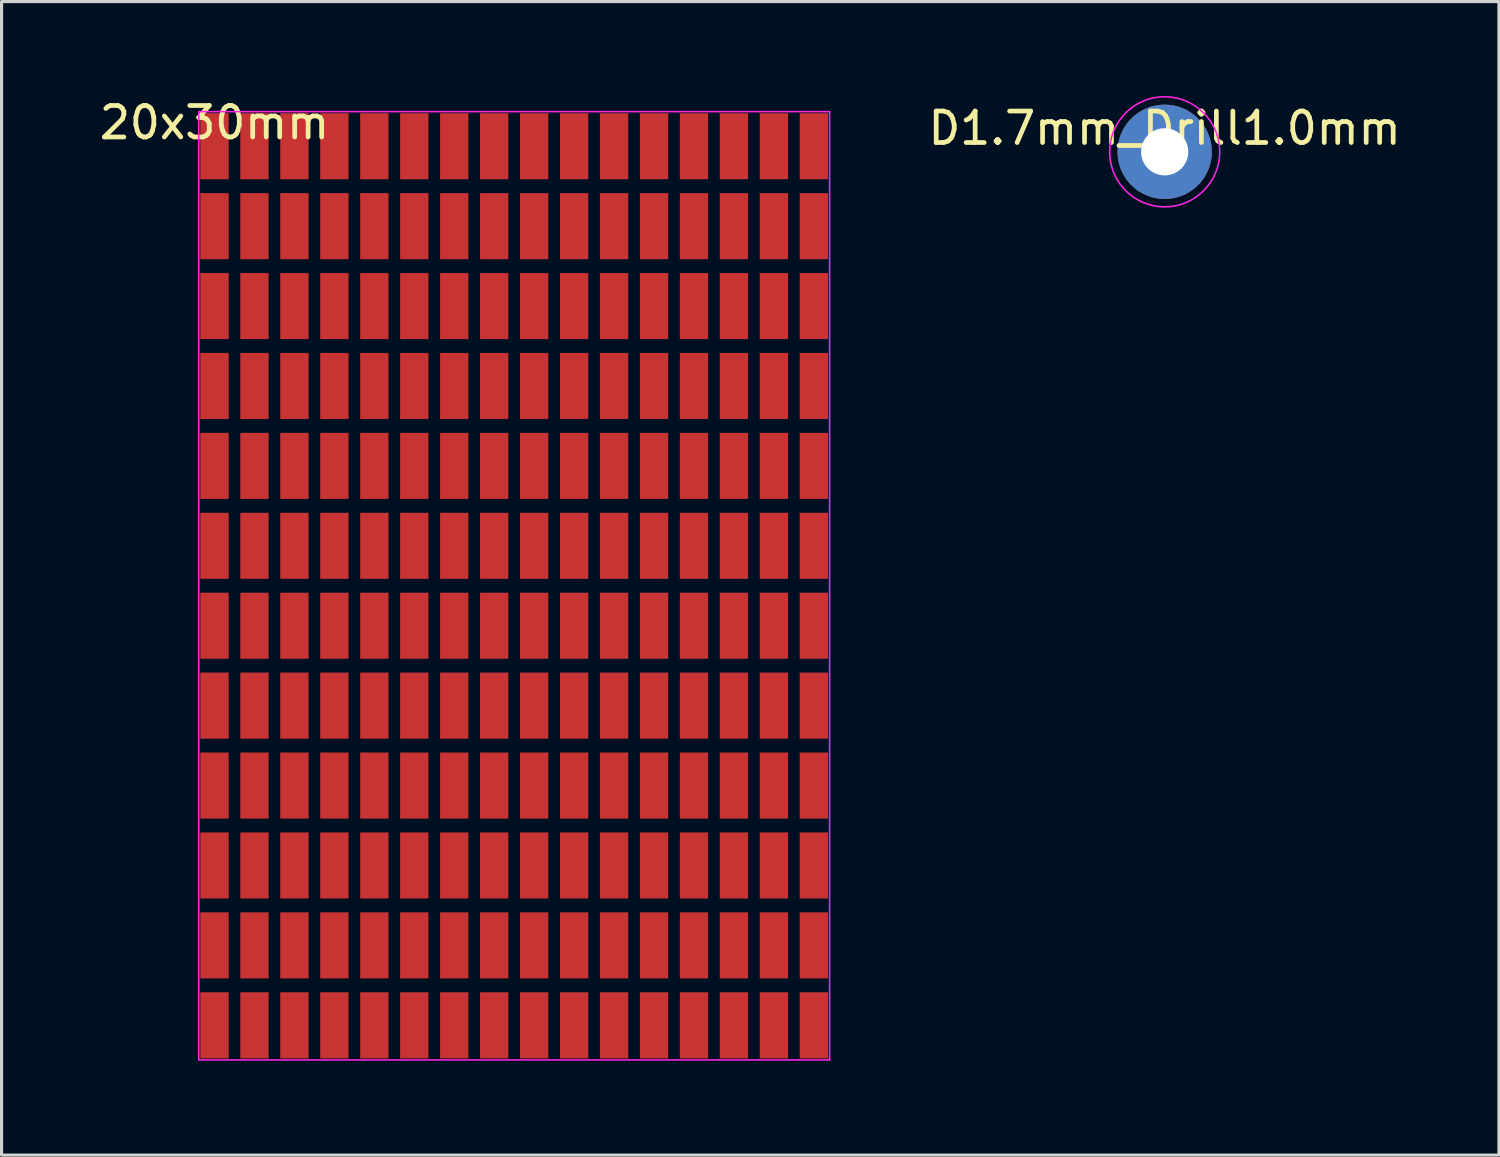
<source format=kicad_pcb>
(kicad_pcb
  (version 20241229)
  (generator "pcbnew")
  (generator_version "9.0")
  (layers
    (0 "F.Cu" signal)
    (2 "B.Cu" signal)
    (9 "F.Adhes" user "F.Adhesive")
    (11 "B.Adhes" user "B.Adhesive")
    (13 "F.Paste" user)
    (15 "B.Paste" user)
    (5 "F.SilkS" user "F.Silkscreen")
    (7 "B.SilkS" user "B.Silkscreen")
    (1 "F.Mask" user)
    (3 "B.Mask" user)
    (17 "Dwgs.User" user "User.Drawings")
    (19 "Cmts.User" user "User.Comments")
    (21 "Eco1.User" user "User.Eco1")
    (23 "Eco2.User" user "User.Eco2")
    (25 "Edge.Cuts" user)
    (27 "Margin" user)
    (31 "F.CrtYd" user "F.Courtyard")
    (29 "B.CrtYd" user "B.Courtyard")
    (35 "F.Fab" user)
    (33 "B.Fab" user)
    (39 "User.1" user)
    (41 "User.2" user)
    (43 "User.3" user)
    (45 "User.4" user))
  (footprint "D1.7mm_Drill1.0mm"
    (layer "F.Cu")
    (at 33.968 1.775)
    (property "Reference" "D1.7mm_Drill1.0mm" (at 0 -0.75 0) (layer "F.SilkS") (effects (font (size 1 1) (thickness 0.15))))
    (attr exclude_from_pos_files exclude_from_bom)
    (fp_circle (center 0 0) (end 1.75 0) (stroke (width 0.05) (type solid)) (fill no) (layer "F.CrtYd"))
    (pad "1" thru_hole circle (at 0 0) (size 3 3) (drill 1.5) (layers "*.Cu" "*.Mask")))
  (footprint "20x30mm"
    (layer "F.Cu")
    (at 3.768 1.598)
    (property "Reference" "20x30mm" (at 0 -0.75 0) (layer "F.SilkS") (effects (font (size 1 1) (thickness 0.15))))
    (attr exclude_from_pos_files exclude_from_bom)
    (fp_line (start -0.5 -1.1) (end -0.5 29.04) (stroke (width 0.05) (type solid)) (layer "F.CrtYd"))
    (fp_line (start -0.5 -1.1) (end 19.55 -1.1) (stroke (width 0.05) (type solid)) (layer "F.CrtYd"))
    (fp_line (start 19.55 29.04) (end -0.5 29.04) (stroke (width 0.05) (type solid)) (layer "F.CrtYd"))
    (fp_line (start 19.55 29.04) (end 19.55 -1.1) (stroke (width 0.05) (type solid)) (layer "F.CrtYd"))
    (pad "" smd rect (at 0 0) (size 0.9 2.1) (layers "F.Cu" "F.Mask"))
    (pad "" smd rect (at 0 2.54) (size 0.9 2.1) (layers "F.Cu" "F.Mask"))
    (pad "" smd rect (at 0 5.08) (size 0.9 2.1) (layers "F.Cu" "F.Mask"))
    (pad "" smd rect (at 0 7.62) (size 0.9 2.1) (layers "F.Cu" "F.Mask"))
    (pad "" smd rect (at 0 10.16) (size 0.9 2.1) (layers "F.Cu" "F.Mask"))
    (pad "" smd rect (at 0 12.7) (size 0.9 2.1) (layers "F.Cu" "F.Mask"))
    (pad "" smd rect (at 0 15.24) (size 0.9 2.1) (layers "F.Cu" "F.Mask"))
    (pad "" smd rect (at 0 17.78) (size 0.9 2.1) (layers "F.Cu" "F.Mask"))
    (pad "" smd rect (at 0 20.32) (size 0.9 2.1) (layers "F.Cu" "F.Mask"))
    (pad "" smd rect (at 0 22.86) (size 0.9 2.1) (layers "F.Cu" "F.Mask"))
    (pad "" smd rect (at 0 25.4) (size 0.9 2.1) (layers "F.Cu" "F.Mask"))
    (pad "" smd rect (at 0 27.94) (size 0.9 2.1) (layers "F.Cu" "F.Mask"))
    (pad "" smd rect (at 1.27 0) (size 0.9 2.1) (layers "F.Cu" "F.Mask"))
    (pad "" smd rect (at 1.27 2.54) (size 0.9 2.1) (layers "F.Cu" "F.Mask"))
    (pad "" smd rect (at 1.27 5.08) (size 0.9 2.1) (layers "F.Cu" "F.Mask"))
    (pad "" smd rect (at 1.27 7.62) (size 0.9 2.1) (layers "F.Cu" "F.Mask"))
    (pad "" smd rect (at 1.27 10.16) (size 0.9 2.1) (layers "F.Cu" "F.Mask"))
    (pad "" smd rect (at 1.27 12.7) (size 0.9 2.1) (layers "F.Cu" "F.Mask"))
    (pad "" smd rect (at 1.27 15.24) (size 0.9 2.1) (layers "F.Cu" "F.Mask"))
    (pad "" smd rect (at 1.27 17.78) (size 0.9 2.1) (layers "F.Cu" "F.Mask"))
    (pad "" smd rect (at 1.27 20.32) (size 0.9 2.1) (layers "F.Cu" "F.Mask"))
    (pad "" smd rect (at 1.27 22.86) (size 0.9 2.1) (layers "F.Cu" "F.Mask"))
    (pad "" smd rect (at 1.27 25.4) (size 0.9 2.1) (layers "F.Cu" "F.Mask"))
    (pad "" smd rect (at 1.27 27.94) (size 0.9 2.1) (layers "F.Cu" "F.Mask"))
    (pad "" smd rect (at 2.54 0) (size 0.9 2.1) (layers "F.Cu" "F.Mask"))
    (pad "" smd rect (at 2.54 2.54) (size 0.9 2.1) (layers "F.Cu" "F.Mask"))
    (pad "" smd rect (at 2.54 5.08) (size 0.9 2.1) (layers "F.Cu" "F.Mask"))
    (pad "" smd rect (at 2.54 7.62) (size 0.9 2.1) (layers "F.Cu" "F.Mask"))
    (pad "" smd rect (at 2.54 10.16) (size 0.9 2.1) (layers "F.Cu" "F.Mask"))
    (pad "" smd rect (at 2.54 12.7) (size 0.9 2.1) (layers "F.Cu" "F.Mask"))
    (pad "" smd rect (at 2.54 15.24) (size 0.9 2.1) (layers "F.Cu" "F.Mask"))
    (pad "" smd rect (at 2.54 17.78) (size 0.9 2.1) (layers "F.Cu" "F.Mask"))
    (pad "" smd rect (at 2.54 20.32) (size 0.9 2.1) (layers "F.Cu" "F.Mask"))
    (pad "" smd rect (at 2.54 22.86) (size 0.9 2.1) (layers "F.Cu" "F.Mask"))
    (pad "" smd rect (at 2.54 25.4) (size 0.9 2.1) (layers "F.Cu" "F.Mask"))
    (pad "" smd rect (at 2.54 27.94) (size 0.9 2.1) (layers "F.Cu" "F.Mask"))
    (pad "" smd rect (at 3.81 0) (size 0.9 2.1) (layers "F.Cu" "F.Mask"))
    (pad "" smd rect (at 3.81 2.54) (size 0.9 2.1) (layers "F.Cu" "F.Mask"))
    (pad "" smd rect (at 3.81 5.08) (size 0.9 2.1) (layers "F.Cu" "F.Mask"))
    (pad "" smd rect (at 3.81 7.62) (size 0.9 2.1) (layers "F.Cu" "F.Mask"))
    (pad "" smd rect (at 3.81 10.16) (size 0.9 2.1) (layers "F.Cu" "F.Mask"))
    (pad "" smd rect (at 3.81 12.7) (size 0.9 2.1) (layers "F.Cu" "F.Mask"))
    (pad "" smd rect (at 3.81 15.24) (size 0.9 2.1) (layers "F.Cu" "F.Mask"))
    (pad "" smd rect (at 3.81 17.78) (size 0.9 2.1) (layers "F.Cu" "F.Mask"))
    (pad "" smd rect (at 3.81 20.32) (size 0.9 2.1) (layers "F.Cu" "F.Mask"))
    (pad "" smd rect (at 3.81 22.86) (size 0.9 2.1) (layers "F.Cu" "F.Mask"))
    (pad "" smd rect (at 3.81 25.4) (size 0.9 2.1) (layers "F.Cu" "F.Mask"))
    (pad "" smd rect (at 3.81 27.94) (size 0.9 2.1) (layers "F.Cu" "F.Mask"))
    (pad "" smd rect (at 5.08 0) (size 0.9 2.1) (layers "F.Cu" "F.Mask"))
    (pad "" smd rect (at 5.08 2.54) (size 0.9 2.1) (layers "F.Cu" "F.Mask"))
    (pad "" smd rect (at 5.08 5.08) (size 0.9 2.1) (layers "F.Cu" "F.Mask"))
    (pad "" smd rect (at 5.08 7.62) (size 0.9 2.1) (layers "F.Cu" "F.Mask"))
    (pad "" smd rect (at 5.08 10.16) (size 0.9 2.1) (layers "F.Cu" "F.Mask"))
    (pad "" smd rect (at 5.08 12.7) (size 0.9 2.1) (layers "F.Cu" "F.Mask"))
    (pad "" smd rect (at 5.08 15.24) (size 0.9 2.1) (layers "F.Cu" "F.Mask"))
    (pad "" smd rect (at 5.08 17.78) (size 0.9 2.1) (layers "F.Cu" "F.Mask"))
    (pad "" smd rect (at 5.08 20.32) (size 0.9 2.1) (layers "F.Cu" "F.Mask"))
    (pad "" smd rect (at 5.08 22.86) (size 0.9 2.1) (layers "F.Cu" "F.Mask"))
    (pad "" smd rect (at 5.08 25.4) (size 0.9 2.1) (layers "F.Cu" "F.Mask"))
    (pad "" smd rect (at 5.08 27.94) (size 0.9 2.1) (layers "F.Cu" "F.Mask"))
    (pad "" smd rect (at 6.35 0) (size 0.9 2.1) (layers "F.Cu" "F.Mask"))
    (pad "" smd rect (at 6.35 2.54) (size 0.9 2.1) (layers "F.Cu" "F.Mask"))
    (pad "" smd rect (at 6.35 5.08) (size 0.9 2.1) (layers "F.Cu" "F.Mask"))
    (pad "" smd rect (at 6.35 7.62) (size 0.9 2.1) (layers "F.Cu" "F.Mask"))
    (pad "" smd rect (at 6.35 10.16) (size 0.9 2.1) (layers "F.Cu" "F.Mask"))
    (pad "" smd rect (at 6.35 12.7) (size 0.9 2.1) (layers "F.Cu" "F.Mask"))
    (pad "" smd rect (at 6.35 15.24) (size 0.9 2.1) (layers "F.Cu" "F.Mask"))
    (pad "" smd rect (at 6.35 17.78) (size 0.9 2.1) (layers "F.Cu" "F.Mask"))
    (pad "" smd rect (at 6.35 20.32) (size 0.9 2.1) (layers "F.Cu" "F.Mask"))
    (pad "" smd rect (at 6.35 22.86) (size 0.9 2.1) (layers "F.Cu" "F.Mask"))
    (pad "" smd rect (at 6.35 25.4) (size 0.9 2.1) (layers "F.Cu" "F.Mask"))
    (pad "" smd rect (at 6.35 27.94) (size 0.9 2.1) (layers "F.Cu" "F.Mask"))
    (pad "" smd rect (at 7.62 0) (size 0.9 2.1) (layers "F.Cu" "F.Mask"))
    (pad "" smd rect (at 7.62 2.54) (size 0.9 2.1) (layers "F.Cu" "F.Mask"))
    (pad "" smd rect (at 7.62 5.08) (size 0.9 2.1) (layers "F.Cu" "F.Mask"))
    (pad "" smd rect (at 7.62 7.62) (size 0.9 2.1) (layers "F.Cu" "F.Mask"))
    (pad "" smd rect (at 7.62 10.16) (size 0.9 2.1) (layers "F.Cu" "F.Mask"))
    (pad "" smd rect (at 7.62 12.7) (size 0.9 2.1) (layers "F.Cu" "F.Mask"))
    (pad "" smd rect (at 7.62 15.24) (size 0.9 2.1) (layers "F.Cu" "F.Mask"))
    (pad "" smd rect (at 7.62 17.78) (size 0.9 2.1) (layers "F.Cu" "F.Mask"))
    (pad "" smd rect (at 7.62 20.32) (size 0.9 2.1) (layers "F.Cu" "F.Mask"))
    (pad "" smd rect (at 7.62 22.86) (size 0.9 2.1) (layers "F.Cu" "F.Mask"))
    (pad "" smd rect (at 7.62 25.4) (size 0.9 2.1) (layers "F.Cu" "F.Mask"))
    (pad "" smd rect (at 7.62 27.94) (size 0.9 2.1) (layers "F.Cu" "F.Mask"))
    (pad "" smd rect (at 8.89 0) (size 0.9 2.1) (layers "F.Cu" "F.Mask"))
    (pad "" smd rect (at 8.89 2.54) (size 0.9 2.1) (layers "F.Cu" "F.Mask"))
    (pad "" smd rect (at 8.89 5.08) (size 0.9 2.1) (layers "F.Cu" "F.Mask"))
    (pad "" smd rect (at 8.89 7.62) (size 0.9 2.1) (layers "F.Cu" "F.Mask"))
    (pad "" smd rect (at 8.89 10.16) (size 0.9 2.1) (layers "F.Cu" "F.Mask"))
    (pad "" smd rect (at 8.89 12.7) (size 0.9 2.1) (layers "F.Cu" "F.Mask"))
    (pad "" smd rect (at 8.89 15.24) (size 0.9 2.1) (layers "F.Cu" "F.Mask"))
    (pad "" smd rect (at 8.89 17.78) (size 0.9 2.1) (layers "F.Cu" "F.Mask"))
    (pad "" smd rect (at 8.89 20.32) (size 0.9 2.1) (layers "F.Cu" "F.Mask"))
    (pad "" smd rect (at 8.89 22.86) (size 0.9 2.1) (layers "F.Cu" "F.Mask"))
    (pad "" smd rect (at 8.89 25.4) (size 0.9 2.1) (layers "F.Cu" "F.Mask"))
    (pad "" smd rect (at 8.89 27.94) (size 0.9 2.1) (layers "F.Cu" "F.Mask"))
    (pad "" smd rect (at 10.16 0) (size 0.9 2.1) (layers "F.Cu" "F.Mask"))
    (pad "" smd rect (at 10.16 2.54) (size 0.9 2.1) (layers "F.Cu" "F.Mask"))
    (pad "" smd rect (at 10.16 5.08) (size 0.9 2.1) (layers "F.Cu" "F.Mask"))
    (pad "" smd rect (at 10.16 7.62) (size 0.9 2.1) (layers "F.Cu" "F.Mask"))
    (pad "" smd rect (at 10.16 10.16) (size 0.9 2.1) (layers "F.Cu" "F.Mask"))
    (pad "" smd rect (at 10.16 12.7) (size 0.9 2.1) (layers "F.Cu" "F.Mask"))
    (pad "" smd rect (at 10.16 15.24) (size 0.9 2.1) (layers "F.Cu" "F.Mask"))
    (pad "" smd rect (at 10.16 17.78) (size 0.9 2.1) (layers "F.Cu" "F.Mask"))
    (pad "" smd rect (at 10.16 20.32) (size 0.9 2.1) (layers "F.Cu" "F.Mask"))
    (pad "" smd rect (at 10.16 22.86) (size 0.9 2.1) (layers "F.Cu" "F.Mask"))
    (pad "" smd rect (at 10.16 25.4) (size 0.9 2.1) (layers "F.Cu" "F.Mask"))
    (pad "" smd rect (at 10.16 27.94) (size 0.9 2.1) (layers "F.Cu" "F.Mask"))
    (pad "" smd rect (at 11.43 0) (size 0.9 2.1) (layers "F.Cu" "F.Mask"))
    (pad "" smd rect (at 11.43 2.54) (size 0.9 2.1) (layers "F.Cu" "F.Mask"))
    (pad "" smd rect (at 11.43 5.08) (size 0.9 2.1) (layers "F.Cu" "F.Mask"))
    (pad "" smd rect (at 11.43 7.62) (size 0.9 2.1) (layers "F.Cu" "F.Mask"))
    (pad "" smd rect (at 11.43 10.16) (size 0.9 2.1) (layers "F.Cu" "F.Mask"))
    (pad "" smd rect (at 11.43 12.7) (size 0.9 2.1) (layers "F.Cu" "F.Mask"))
    (pad "" smd rect (at 11.43 15.24) (size 0.9 2.1) (layers "F.Cu" "F.Mask"))
    (pad "" smd rect (at 11.43 17.78) (size 0.9 2.1) (layers "F.Cu" "F.Mask"))
    (pad "" smd rect (at 11.43 20.32) (size 0.9 2.1) (layers "F.Cu" "F.Mask"))
    (pad "" smd rect (at 11.43 22.86) (size 0.9 2.1) (layers "F.Cu" "F.Mask"))
    (pad "" smd rect (at 11.43 25.4) (size 0.9 2.1) (layers "F.Cu" "F.Mask"))
    (pad "" smd rect (at 11.43 27.94) (size 0.9 2.1) (layers "F.Cu" "F.Mask"))
    (pad "" smd rect (at 12.7 0) (size 0.9 2.1) (layers "F.Cu" "F.Mask"))
    (pad "" smd rect (at 12.7 2.54) (size 0.9 2.1) (layers "F.Cu" "F.Mask"))
    (pad "" smd rect (at 12.7 5.08) (size 0.9 2.1) (layers "F.Cu" "F.Mask"))
    (pad "" smd rect (at 12.7 7.62) (size 0.9 2.1) (layers "F.Cu" "F.Mask"))
    (pad "" smd rect (at 12.7 10.16) (size 0.9 2.1) (layers "F.Cu" "F.Mask"))
    (pad "" smd rect (at 12.7 12.7) (size 0.9 2.1) (layers "F.Cu" "F.Mask"))
    (pad "" smd rect (at 12.7 15.24) (size 0.9 2.1) (layers "F.Cu" "F.Mask"))
    (pad "" smd rect (at 12.7 17.78) (size 0.9 2.1) (layers "F.Cu" "F.Mask"))
    (pad "" smd rect (at 12.7 20.32) (size 0.9 2.1) (layers "F.Cu" "F.Mask"))
    (pad "" smd rect (at 12.7 22.86) (size 0.9 2.1) (layers "F.Cu" "F.Mask"))
    (pad "" smd rect (at 12.7 25.4) (size 0.9 2.1) (layers "F.Cu" "F.Mask"))
    (pad "" smd rect (at 12.7 27.94) (size 0.9 2.1) (layers "F.Cu" "F.Mask"))
    (pad "" smd rect (at 13.97 0) (size 0.9 2.1) (layers "F.Cu" "F.Mask"))
    (pad "" smd rect (at 13.97 2.54) (size 0.9 2.1) (layers "F.Cu" "F.Mask"))
    (pad "" smd rect (at 13.97 5.08) (size 0.9 2.1) (layers "F.Cu" "F.Mask"))
    (pad "" smd rect (at 13.97 7.62) (size 0.9 2.1) (layers "F.Cu" "F.Mask"))
    (pad "" smd rect (at 13.97 10.16) (size 0.9 2.1) (layers "F.Cu" "F.Mask"))
    (pad "" smd rect (at 13.97 12.7) (size 0.9 2.1) (layers "F.Cu" "F.Mask"))
    (pad "" smd rect (at 13.97 15.24) (size 0.9 2.1) (layers "F.Cu" "F.Mask"))
    (pad "" smd rect (at 13.97 17.78) (size 0.9 2.1) (layers "F.Cu" "F.Mask"))
    (pad "" smd rect (at 13.97 20.32) (size 0.9 2.1) (layers "F.Cu" "F.Mask"))
    (pad "" smd rect (at 13.97 22.86) (size 0.9 2.1) (layers "F.Cu" "F.Mask"))
    (pad "" smd rect (at 13.97 25.4) (size 0.9 2.1) (layers "F.Cu" "F.Mask"))
    (pad "" smd rect (at 13.97 27.94) (size 0.9 2.1) (layers "F.Cu" "F.Mask"))
    (pad "" smd rect (at 15.24 0) (size 0.9 2.1) (layers "F.Cu" "F.Mask"))
    (pad "" smd rect (at 15.24 2.54) (size 0.9 2.1) (layers "F.Cu" "F.Mask"))
    (pad "" smd rect (at 15.24 5.08) (size 0.9 2.1) (layers "F.Cu" "F.Mask"))
    (pad "" smd rect (at 15.24 7.62) (size 0.9 2.1) (layers "F.Cu" "F.Mask"))
    (pad "" smd rect (at 15.24 10.16) (size 0.9 2.1) (layers "F.Cu" "F.Mask"))
    (pad "" smd rect (at 15.24 12.7) (size 0.9 2.1) (layers "F.Cu" "F.Mask"))
    (pad "" smd rect (at 15.24 15.24) (size 0.9 2.1) (layers "F.Cu" "F.Mask"))
    (pad "" smd rect (at 15.24 17.78) (size 0.9 2.1) (layers "F.Cu" "F.Mask"))
    (pad "" smd rect (at 15.24 20.32) (size 0.9 2.1) (layers "F.Cu" "F.Mask"))
    (pad "" smd rect (at 15.24 22.86) (size 0.9 2.1) (layers "F.Cu" "F.Mask"))
    (pad "" smd rect (at 15.24 25.4) (size 0.9 2.1) (layers "F.Cu" "F.Mask"))
    (pad "" smd rect (at 15.24 27.94) (size 0.9 2.1) (layers "F.Cu" "F.Mask"))
    (pad "" smd rect (at 16.51 0) (size 0.9 2.1) (layers "F.Cu" "F.Mask"))
    (pad "" smd rect (at 16.51 2.54) (size 0.9 2.1) (layers "F.Cu" "F.Mask"))
    (pad "" smd rect (at 16.51 5.08) (size 0.9 2.1) (layers "F.Cu" "F.Mask"))
    (pad "" smd rect (at 16.51 7.62) (size 0.9 2.1) (layers "F.Cu" "F.Mask"))
    (pad "" smd rect (at 16.51 10.16) (size 0.9 2.1) (layers "F.Cu" "F.Mask"))
    (pad "" smd rect (at 16.51 12.7) (size 0.9 2.1) (layers "F.Cu" "F.Mask"))
    (pad "" smd rect (at 16.51 15.24) (size 0.9 2.1) (layers "F.Cu" "F.Mask"))
    (pad "" smd rect (at 16.51 17.78) (size 0.9 2.1) (layers "F.Cu" "F.Mask"))
    (pad "" smd rect (at 16.51 20.32) (size 0.9 2.1) (layers "F.Cu" "F.Mask"))
    (pad "" smd rect (at 16.51 22.86) (size 0.9 2.1) (layers "F.Cu" "F.Mask"))
    (pad "" smd rect (at 16.51 25.4) (size 0.9 2.1) (layers "F.Cu" "F.Mask"))
    (pad "" smd rect (at 16.51 27.94) (size 0.9 2.1) (layers "F.Cu" "F.Mask"))
    (pad "" smd rect (at 17.78 0) (size 0.9 2.1) (layers "F.Cu" "F.Mask"))
    (pad "" smd rect (at 17.78 2.54) (size 0.9 2.1) (layers "F.Cu" "F.Mask"))
    (pad "" smd rect (at 17.78 5.08) (size 0.9 2.1) (layers "F.Cu" "F.Mask"))
    (pad "" smd rect (at 17.78 7.62) (size 0.9 2.1) (layers "F.Cu" "F.Mask"))
    (pad "" smd rect (at 17.78 10.16) (size 0.9 2.1) (layers "F.Cu" "F.Mask"))
    (pad "" smd rect (at 17.78 12.7) (size 0.9 2.1) (layers "F.Cu" "F.Mask"))
    (pad "" smd rect (at 17.78 15.24) (size 0.9 2.1) (layers "F.Cu" "F.Mask"))
    (pad "" smd rect (at 17.78 17.78) (size 0.9 2.1) (layers "F.Cu" "F.Mask"))
    (pad "" smd rect (at 17.78 20.32) (size 0.9 2.1) (layers "F.Cu" "F.Mask"))
    (pad "" smd rect (at 17.78 22.86) (size 0.9 2.1) (layers "F.Cu" "F.Mask"))
    (pad "" smd rect (at 17.78 25.4) (size 0.9 2.1) (layers "F.Cu" "F.Mask"))
    (pad "" smd rect (at 17.78 27.94) (size 0.9 2.1) (layers "F.Cu" "F.Mask"))
    (pad "" smd rect (at 19.05 0) (size 0.9 2.1) (layers "F.Cu" "F.Mask"))
    (pad "" smd rect (at 19.05 2.54) (size 0.9 2.1) (layers "F.Cu" "F.Mask"))
    (pad "" smd rect (at 19.05 5.08) (size 0.9 2.1) (layers "F.Cu" "F.Mask"))
    (pad "" smd rect (at 19.05 7.62) (size 0.9 2.1) (layers "F.Cu" "F.Mask"))
    (pad "" smd rect (at 19.05 10.16) (size 0.9 2.1) (layers "F.Cu" "F.Mask"))
    (pad "" smd rect (at 19.05 12.7) (size 0.9 2.1) (layers "F.Cu" "F.Mask"))
    (pad "" smd rect (at 19.05 15.24) (size 0.9 2.1) (layers "F.Cu" "F.Mask"))
    (pad "" smd rect (at 19.05 17.78) (size 0.9 2.1) (layers "F.Cu" "F.Mask"))
    (pad "" smd rect (at 19.05 20.32) (size 0.9 2.1) (layers "F.Cu" "F.Mask"))
    (pad "" smd rect (at 19.05 22.86) (size 0.9 2.1) (layers "F.Cu" "F.Mask"))
    (pad "" smd rect (at 19.05 25.4) (size 0.9 2.1) (layers "F.Cu" "F.Mask"))
    (pad "" smd rect (at 19.05 27.94) (size 0.9 2.1) (layers "F.Cu" "F.Mask")))
  (gr_rect
    (start -3 -3)
    (end 44.593 33.663)
    (stroke (width 0.1) (type default))
    (fill no)
    (layer "Edge.Cuts")))
</source>
